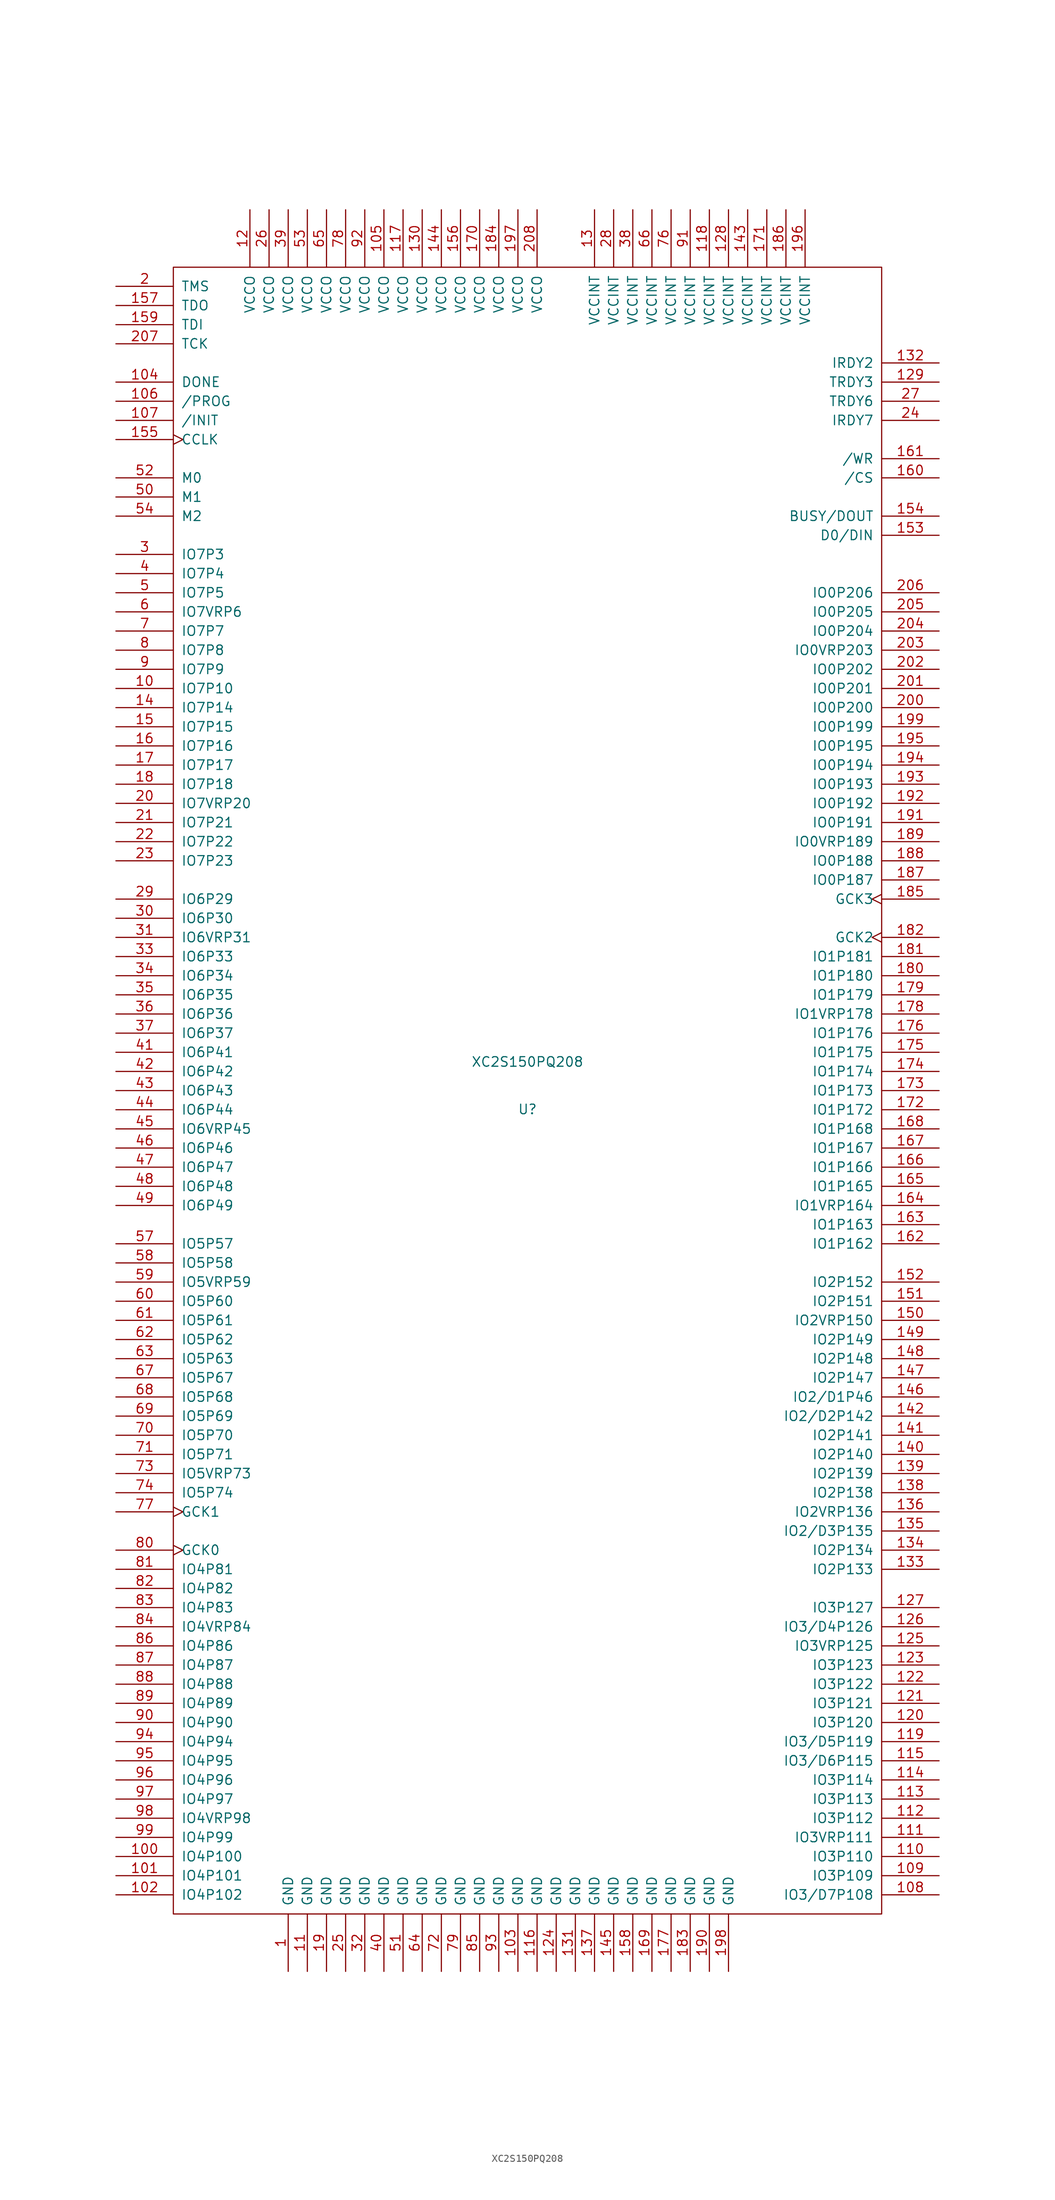
<source format=kicad_sym>
(kicad_symbol_lib
  (version 20211014)
  (generator kicad_symbol_editor)
  (symbol "XC2S150PQ208"
    (pin_names
      (offset 1.016))
    (property "Reference" "U"
      (at 0 -2.489 0)
      (effects (font (size 1.27 1.27))))
    (property "Value" "XC2S150PQ208"
      (at 0 3.81 0)
      (effects (font (size 1.27 1.27))))
    (symbol "XC2S150PQ208_0_1"
      (rectangle (start -46.99 109.22) (end 46.99 -109.22) (stroke (width 0) (type default) (color 0 0 0 0)) (fill (type none))))
    (symbol "XC2S150PQ208_1_1"
      (pin power_in line (at -31.75 -116.84 90) (length 7.62) (name "GND" (effects (font (size 1.27 1.27)))) (number "1" (effects (font (size 1.27 1.27)))))
      (pin bidirectional line (at -54.61 53.34 0) (length 7.62) (name "IO7P10" (effects (font (size 1.27 1.27)))) (number "10" (effects (font (size 1.27 1.27)))))
      (pin bidirectional line (at -54.61 -101.6 0) (length 7.62) (name "IO4P100" (effects (font (size 1.27 1.27)))) (number "100" (effects (font (size 1.27 1.27)))))
      (pin bidirectional line (at -54.61 -104.14 0) (length 7.62) (name "IO4P101" (effects (font (size 1.27 1.27)))) (number "101" (effects (font (size 1.27 1.27)))))
      (pin bidirectional line (at -54.61 -106.68 0) (length 7.62) (name "IO4P102" (effects (font (size 1.27 1.27)))) (number "102" (effects (font (size 1.27 1.27)))))
      (pin power_in line (at -1.27 -116.84 90) (length 7.62) (name "GND" (effects (font (size 1.27 1.27)))) (number "103" (effects (font (size 1.27 1.27)))))
      (pin bidirectional line (at -54.61 93.98 0) (length 7.62) (name "DONE" (effects (font (size 1.27 1.27)))) (number "104" (effects (font (size 1.27 1.27)))))
      (pin power_in line (at -19.05 116.84 270) (length 7.62) (name "VCCO" (effects (font (size 1.27 1.27)))) (number "105" (effects (font (size 1.27 1.27)))))
      (pin input line (at -54.61 91.44 0) (length 7.62) (name "/PROG" (effects (font (size 1.27 1.27)))) (number "106" (effects (font (size 1.27 1.27)))))
      (pin bidirectional line (at -54.61 88.9 0) (length 7.62) (name "/INIT" (effects (font (size 1.27 1.27)))) (number "107" (effects (font (size 1.27 1.27)))))
      (pin bidirectional line (at 54.61 -106.68 180) (length 7.62) (name "IO3/D7P108" (effects (font (size 1.27 1.27)))) (number "108" (effects (font (size 1.27 1.27)))))
      (pin bidirectional line (at 54.61 -104.14 180) (length 7.62) (name "IO3P109" (effects (font (size 1.27 1.27)))) (number "109" (effects (font (size 1.27 1.27)))))
      (pin power_in line (at -29.21 -116.84 90) (length 7.62) (name "GND" (effects (font (size 1.27 1.27)))) (number "11" (effects (font (size 1.27 1.27)))))
      (pin bidirectional line (at 54.61 -101.6 180) (length 7.62) (name "IO3P110" (effects (font (size 1.27 1.27)))) (number "110" (effects (font (size 1.27 1.27)))))
      (pin bidirectional line (at 54.61 -99.06 180) (length 7.62) (name "IO3VRP111" (effects (font (size 1.27 1.27)))) (number "111" (effects (font (size 1.27 1.27)))))
      (pin bidirectional line (at 54.61 -96.52 180) (length 7.62) (name "IO3P112" (effects (font (size 1.27 1.27)))) (number "112" (effects (font (size 1.27 1.27)))))
      (pin bidirectional line (at 54.61 -93.98 180) (length 7.62) (name "IO3P113" (effects (font (size 1.27 1.27)))) (number "113" (effects (font (size 1.27 1.27)))))
      (pin bidirectional line (at 54.61 -91.44 180) (length 7.62) (name "IO3P114" (effects (font (size 1.27 1.27)))) (number "114" (effects (font (size 1.27 1.27)))))
      (pin bidirectional line (at 54.61 -88.9 180) (length 7.62) (name "IO3/D6P115" (effects (font (size 1.27 1.27)))) (number "115" (effects (font (size 1.27 1.27)))))
      (pin power_in line (at 1.27 -116.84 90) (length 7.62) (name "GND" (effects (font (size 1.27 1.27)))) (number "116" (effects (font (size 1.27 1.27)))))
      (pin power_in line (at -16.51 116.84 270) (length 7.62) (name "VCCO" (effects (font (size 1.27 1.27)))) (number "117" (effects (font (size 1.27 1.27)))))
      (pin power_in line (at 24.13 116.84 270) (length 7.62) (name "VCCINT" (effects (font (size 1.27 1.27)))) (number "118" (effects (font (size 1.27 1.27)))))
      (pin bidirectional line (at 54.61 -86.36 180) (length 7.62) (name "IO3/D5P119" (effects (font (size 1.27 1.27)))) (number "119" (effects (font (size 1.27 1.27)))))
      (pin power_in line (at -36.83 116.84 270) (length 7.62) (name "VCCO" (effects (font (size 1.27 1.27)))) (number "12" (effects (font (size 1.27 1.27)))))
      (pin bidirectional line (at 54.61 -83.82 180) (length 7.62) (name "IO3P120" (effects (font (size 1.27 1.27)))) (number "120" (effects (font (size 1.27 1.27)))))
      (pin bidirectional line (at 54.61 -81.28 180) (length 7.62) (name "IO3P121" (effects (font (size 1.27 1.27)))) (number "121" (effects (font (size 1.27 1.27)))))
      (pin bidirectional line (at 54.61 -78.74 180) (length 7.62) (name "IO3P122" (effects (font (size 1.27 1.27)))) (number "122" (effects (font (size 1.27 1.27)))))
      (pin bidirectional line (at 54.61 -76.2 180) (length 7.62) (name "IO3P123" (effects (font (size 1.27 1.27)))) (number "123" (effects (font (size 1.27 1.27)))))
      (pin power_in line (at 3.81 -116.84 90) (length 7.62) (name "GND" (effects (font (size 1.27 1.27)))) (number "124" (effects (font (size 1.27 1.27)))))
      (pin bidirectional line (at 54.61 -73.66 180) (length 7.62) (name "IO3VRP125" (effects (font (size 1.27 1.27)))) (number "125" (effects (font (size 1.27 1.27)))))
      (pin bidirectional line (at 54.61 -71.12 180) (length 7.62) (name "IO3/D4P126" (effects (font (size 1.27 1.27)))) (number "126" (effects (font (size 1.27 1.27)))))
      (pin bidirectional line (at 54.61 -68.58 180) (length 7.62) (name "IO3P127" (effects (font (size 1.27 1.27)))) (number "127" (effects (font (size 1.27 1.27)))))
      (pin power_in line (at 26.67 116.84 270) (length 7.62) (name "VCCINT" (effects (font (size 1.27 1.27)))) (number "128" (effects (font (size 1.27 1.27)))))
      (pin bidirectional line (at 54.61 93.98 180) (length 7.62) (name "TRDY3" (effects (font (size 1.27 1.27)))) (number "129" (effects (font (size 1.27 1.27)))))
      (pin power_in line (at 8.89 116.84 270) (length 7.62) (name "VCCINT" (effects (font (size 1.27 1.27)))) (number "13" (effects (font (size 1.27 1.27)))))
      (pin power_in line (at -13.97 116.84 270) (length 7.62) (name "VCCO" (effects (font (size 1.27 1.27)))) (number "130" (effects (font (size 1.27 1.27)))))
      (pin power_in line (at 6.35 -116.84 90) (length 7.62) (name "GND" (effects (font (size 1.27 1.27)))) (number "131" (effects (font (size 1.27 1.27)))))
      (pin bidirectional line (at 54.61 96.52 180) (length 7.62) (name "IRDY2" (effects (font (size 1.27 1.27)))) (number "132" (effects (font (size 1.27 1.27)))))
      (pin bidirectional line (at 54.61 -63.5 180) (length 7.62) (name "IO2P133" (effects (font (size 1.27 1.27)))) (number "133" (effects (font (size 1.27 1.27)))))
      (pin bidirectional line (at 54.61 -60.96 180) (length 7.62) (name "IO2P134" (effects (font (size 1.27 1.27)))) (number "134" (effects (font (size 1.27 1.27)))))
      (pin bidirectional line (at 54.61 -58.42 180) (length 7.62) (name "IO2/D3P135" (effects (font (size 1.27 1.27)))) (number "135" (effects (font (size 1.27 1.27)))))
      (pin bidirectional line (at 54.61 -55.88 180) (length 7.62) (name "IO2VRP136" (effects (font (size 1.27 1.27)))) (number "136" (effects (font (size 1.27 1.27)))))
      (pin power_in line (at 8.89 -116.84 90) (length 7.62) (name "GND" (effects (font (size 1.27 1.27)))) (number "137" (effects (font (size 1.27 1.27)))))
      (pin bidirectional line (at 54.61 -53.34 180) (length 7.62) (name "IO2P138" (effects (font (size 1.27 1.27)))) (number "138" (effects (font (size 1.27 1.27)))))
      (pin bidirectional line (at 54.61 -50.8 180) (length 7.62) (name "IO2P139" (effects (font (size 1.27 1.27)))) (number "139" (effects (font (size 1.27 1.27)))))
      (pin bidirectional line (at -54.61 50.8 0) (length 7.62) (name "IO7P14" (effects (font (size 1.27 1.27)))) (number "14" (effects (font (size 1.27 1.27)))))
      (pin bidirectional line (at 54.61 -48.26 180) (length 7.62) (name "IO2P140" (effects (font (size 1.27 1.27)))) (number "140" (effects (font (size 1.27 1.27)))))
      (pin bidirectional line (at 54.61 -45.72 180) (length 7.62) (name "IO2P141" (effects (font (size 1.27 1.27)))) (number "141" (effects (font (size 1.27 1.27)))))
      (pin bidirectional line (at 54.61 -43.18 180) (length 7.62) (name "IO2/D2P142" (effects (font (size 1.27 1.27)))) (number "142" (effects (font (size 1.27 1.27)))))
      (pin power_in line (at 29.21 116.84 270) (length 7.62) (name "VCCINT" (effects (font (size 1.27 1.27)))) (number "143" (effects (font (size 1.27 1.27)))))
      (pin power_in line (at -11.43 116.84 270) (length 7.62) (name "VCCO" (effects (font (size 1.27 1.27)))) (number "144" (effects (font (size 1.27 1.27)))))
      (pin power_in line (at 11.43 -116.84 90) (length 7.62) (name "GND" (effects (font (size 1.27 1.27)))) (number "145" (effects (font (size 1.27 1.27)))))
      (pin bidirectional line (at 54.61 -40.64 180) (length 7.62) (name "IO2/D1P46" (effects (font (size 1.27 1.27)))) (number "146" (effects (font (size 1.27 1.27)))))
      (pin bidirectional line (at 54.61 -38.1 180) (length 7.62) (name "IO2P147" (effects (font (size 1.27 1.27)))) (number "147" (effects (font (size 1.27 1.27)))))
      (pin bidirectional line (at 54.61 -35.56 180) (length 7.62) (name "IO2P148" (effects (font (size 1.27 1.27)))) (number "148" (effects (font (size 1.27 1.27)))))
      (pin bidirectional line (at 54.61 -33.02 180) (length 7.62) (name "IO2P149" (effects (font (size 1.27 1.27)))) (number "149" (effects (font (size 1.27 1.27)))))
      (pin bidirectional line (at -54.61 48.26 0) (length 7.62) (name "IO7P15" (effects (font (size 1.27 1.27)))) (number "15" (effects (font (size 1.27 1.27)))))
      (pin bidirectional line (at 54.61 -30.48 180) (length 7.62) (name "IO2VRP150" (effects (font (size 1.27 1.27)))) (number "150" (effects (font (size 1.27 1.27)))))
      (pin bidirectional line (at 54.61 -27.94 180) (length 7.62) (name "IO2P151" (effects (font (size 1.27 1.27)))) (number "151" (effects (font (size 1.27 1.27)))))
      (pin bidirectional line (at 54.61 -25.4 180) (length 7.62) (name "IO2P152" (effects (font (size 1.27 1.27)))) (number "152" (effects (font (size 1.27 1.27)))))
      (pin bidirectional line (at 54.61 73.66 180) (length 7.62) (name "D0/DIN" (effects (font (size 1.27 1.27)))) (number "153" (effects (font (size 1.27 1.27)))))
      (pin bidirectional line (at 54.61 76.2 180) (length 7.62) (name "BUSY/DOUT" (effects (font (size 1.27 1.27)))) (number "154" (effects (font (size 1.27 1.27)))))
      (pin bidirectional clock (at -54.61 86.36 0) (length 7.62) (name "CCLK" (effects (font (size 1.27 1.27)))) (number "155" (effects (font (size 1.27 1.27)))))
      (pin power_in line (at -8.89 116.84 270) (length 7.62) (name "VCCO" (effects (font (size 1.27 1.27)))) (number "156" (effects (font (size 1.27 1.27)))))
      (pin bidirectional line (at -54.61 104.14 0) (length 7.62) (name "TDO" (effects (font (size 1.27 1.27)))) (number "157" (effects (font (size 1.27 1.27)))))
      (pin power_in line (at 13.97 -116.84 90) (length 7.62) (name "GND" (effects (font (size 1.27 1.27)))) (number "158" (effects (font (size 1.27 1.27)))))
      (pin bidirectional line (at -54.61 101.6 0) (length 7.62) (name "TDI" (effects (font (size 1.27 1.27)))) (number "159" (effects (font (size 1.27 1.27)))))
      (pin bidirectional line (at -54.61 45.72 0) (length 7.62) (name "IO7P16" (effects (font (size 1.27 1.27)))) (number "16" (effects (font (size 1.27 1.27)))))
      (pin bidirectional line (at 54.61 81.28 180) (length 7.62) (name "/CS" (effects (font (size 1.27 1.27)))) (number "160" (effects (font (size 1.27 1.27)))))
      (pin bidirectional line (at 54.61 83.82 180) (length 7.62) (name "/WR" (effects (font (size 1.27 1.27)))) (number "161" (effects (font (size 1.27 1.27)))))
      (pin bidirectional line (at 54.61 -20.32 180) (length 7.62) (name "IO1P162" (effects (font (size 1.27 1.27)))) (number "162" (effects (font (size 1.27 1.27)))))
      (pin bidirectional line (at 54.61 -17.78 180) (length 7.62) (name "IO1P163" (effects (font (size 1.27 1.27)))) (number "163" (effects (font (size 1.27 1.27)))))
      (pin bidirectional line (at 54.61 -15.24 180) (length 7.62) (name "IO1VRP164" (effects (font (size 1.27 1.27)))) (number "164" (effects (font (size 1.27 1.27)))))
      (pin bidirectional line (at 54.61 -12.7 180) (length 7.62) (name "IO1P165" (effects (font (size 1.27 1.27)))) (number "165" (effects (font (size 1.27 1.27)))))
      (pin bidirectional line (at 54.61 -10.16 180) (length 7.62) (name "IO1P166" (effects (font (size 1.27 1.27)))) (number "166" (effects (font (size 1.27 1.27)))))
      (pin bidirectional line (at 54.61 -7.62 180) (length 7.62) (name "IO1P167" (effects (font (size 1.27 1.27)))) (number "167" (effects (font (size 1.27 1.27)))))
      (pin bidirectional line (at 54.61 -5.08 180) (length 7.62) (name "IO1P168" (effects (font (size 1.27 1.27)))) (number "168" (effects (font (size 1.27 1.27)))))
      (pin power_in line (at 16.51 -116.84 90) (length 7.62) (name "GND" (effects (font (size 1.27 1.27)))) (number "169" (effects (font (size 1.27 1.27)))))
      (pin bidirectional line (at -54.61 43.18 0) (length 7.62) (name "IO7P17" (effects (font (size 1.27 1.27)))) (number "17" (effects (font (size 1.27 1.27)))))
      (pin power_in line (at -6.35 116.84 270) (length 7.62) (name "VCCO" (effects (font (size 1.27 1.27)))) (number "170" (effects (font (size 1.27 1.27)))))
      (pin power_in line (at 31.75 116.84 270) (length 7.62) (name "VCCINT" (effects (font (size 1.27 1.27)))) (number "171" (effects (font (size 1.27 1.27)))))
      (pin bidirectional line (at 54.61 -2.54 180) (length 7.62) (name "IO1P172" (effects (font (size 1.27 1.27)))) (number "172" (effects (font (size 1.27 1.27)))))
      (pin bidirectional line (at 54.61 0 180) (length 7.62) (name "IO1P173" (effects (font (size 1.27 1.27)))) (number "173" (effects (font (size 1.27 1.27)))))
      (pin bidirectional line (at 54.61 2.54 180) (length 7.62) (name "IO1P174" (effects (font (size 1.27 1.27)))) (number "174" (effects (font (size 1.27 1.27)))))
      (pin bidirectional line (at 54.61 5.08 180) (length 7.62) (name "IO1P175" (effects (font (size 1.27 1.27)))) (number "175" (effects (font (size 1.27 1.27)))))
      (pin bidirectional line (at 54.61 7.62 180) (length 7.62) (name "IO1P176" (effects (font (size 1.27 1.27)))) (number "176" (effects (font (size 1.27 1.27)))))
      (pin power_in line (at 19.05 -116.84 90) (length 7.62) (name "GND" (effects (font (size 1.27 1.27)))) (number "177" (effects (font (size 1.27 1.27)))))
      (pin bidirectional line (at 54.61 10.16 180) (length 7.62) (name "IO1VRP178" (effects (font (size 1.27 1.27)))) (number "178" (effects (font (size 1.27 1.27)))))
      (pin bidirectional line (at 54.61 12.7 180) (length 7.62) (name "IO1P179" (effects (font (size 1.27 1.27)))) (number "179" (effects (font (size 1.27 1.27)))))
      (pin bidirectional line (at -54.61 40.64 0) (length 7.62) (name "IO7P18" (effects (font (size 1.27 1.27)))) (number "18" (effects (font (size 1.27 1.27)))))
      (pin bidirectional line (at 54.61 15.24 180) (length 7.62) (name "IO1P180" (effects (font (size 1.27 1.27)))) (number "180" (effects (font (size 1.27 1.27)))))
      (pin bidirectional line (at 54.61 17.78 180) (length 7.62) (name "IO1P181" (effects (font (size 1.27 1.27)))) (number "181" (effects (font (size 1.27 1.27)))))
      (pin input clock (at 54.61 20.32 180) (length 7.62) (name "GCK2" (effects (font (size 1.27 1.27)))) (number "182" (effects (font (size 1.27 1.27)))))
      (pin power_in line (at 21.59 -116.84 90) (length 7.62) (name "GND" (effects (font (size 1.27 1.27)))) (number "183" (effects (font (size 1.27 1.27)))))
      (pin power_in line (at -3.81 116.84 270) (length 7.62) (name "VCCO" (effects (font (size 1.27 1.27)))) (number "184" (effects (font (size 1.27 1.27)))))
      (pin input clock (at 54.61 25.4 180) (length 7.62) (name "GCK3" (effects (font (size 1.27 1.27)))) (number "185" (effects (font (size 1.27 1.27)))))
      (pin power_in line (at 34.29 116.84 270) (length 7.62) (name "VCCINT" (effects (font (size 1.27 1.27)))) (number "186" (effects (font (size 1.27 1.27)))))
      (pin bidirectional line (at 54.61 27.94 180) (length 7.62) (name "IO0P187" (effects (font (size 1.27 1.27)))) (number "187" (effects (font (size 1.27 1.27)))))
      (pin bidirectional line (at 54.61 30.48 180) (length 7.62) (name "IO0P188" (effects (font (size 1.27 1.27)))) (number "188" (effects (font (size 1.27 1.27)))))
      (pin bidirectional line (at 54.61 33.02 180) (length 7.62) (name "IO0VRP189" (effects (font (size 1.27 1.27)))) (number "189" (effects (font (size 1.27 1.27)))))
      (pin power_in line (at -26.67 -116.84 90) (length 7.62) (name "GND" (effects (font (size 1.27 1.27)))) (number "19" (effects (font (size 1.27 1.27)))))
      (pin power_in line (at 24.13 -116.84 90) (length 7.62) (name "GND" (effects (font (size 1.27 1.27)))) (number "190" (effects (font (size 1.27 1.27)))))
      (pin bidirectional line (at 54.61 35.56 180) (length 7.62) (name "IO0P191" (effects (font (size 1.27 1.27)))) (number "191" (effects (font (size 1.27 1.27)))))
      (pin bidirectional line (at 54.61 38.1 180) (length 7.62) (name "IO0P192" (effects (font (size 1.27 1.27)))) (number "192" (effects (font (size 1.27 1.27)))))
      (pin bidirectional line (at 54.61 40.64 180) (length 7.62) (name "IO0P193" (effects (font (size 1.27 1.27)))) (number "193" (effects (font (size 1.27 1.27)))))
      (pin bidirectional line (at 54.61 43.18 180) (length 7.62) (name "IO0P194" (effects (font (size 1.27 1.27)))) (number "194" (effects (font (size 1.27 1.27)))))
      (pin bidirectional line (at 54.61 45.72 180) (length 7.62) (name "IO0P195" (effects (font (size 1.27 1.27)))) (number "195" (effects (font (size 1.27 1.27)))))
      (pin power_in line (at 36.83 116.84 270) (length 7.62) (name "VCCINT" (effects (font (size 1.27 1.27)))) (number "196" (effects (font (size 1.27 1.27)))))
      (pin power_in line (at -1.27 116.84 270) (length 7.62) (name "VCCO" (effects (font (size 1.27 1.27)))) (number "197" (effects (font (size 1.27 1.27)))))
      (pin power_in line (at 26.67 -116.84 90) (length 7.62) (name "GND" (effects (font (size 1.27 1.27)))) (number "198" (effects (font (size 1.27 1.27)))))
      (pin bidirectional line (at 54.61 48.26 180) (length 7.62) (name "IO0P199" (effects (font (size 1.27 1.27)))) (number "199" (effects (font (size 1.27 1.27)))))
      (pin bidirectional line (at -54.61 106.68 0) (length 7.62) (name "TMS" (effects (font (size 1.27 1.27)))) (number "2" (effects (font (size 1.27 1.27)))))
      (pin bidirectional line (at -54.61 38.1 0) (length 7.62) (name "IO7VRP20" (effects (font (size 1.27 1.27)))) (number "20" (effects (font (size 1.27 1.27)))))
      (pin bidirectional line (at 54.61 50.8 180) (length 7.62) (name "IO0P200" (effects (font (size 1.27 1.27)))) (number "200" (effects (font (size 1.27 1.27)))))
      (pin bidirectional line (at 54.61 53.34 180) (length 7.62) (name "IO0P201" (effects (font (size 1.27 1.27)))) (number "201" (effects (font (size 1.27 1.27)))))
      (pin bidirectional line (at 54.61 55.88 180) (length 7.62) (name "IO0P202" (effects (font (size 1.27 1.27)))) (number "202" (effects (font (size 1.27 1.27)))))
      (pin bidirectional line (at 54.61 58.42 180) (length 7.62) (name "IO0VRP203" (effects (font (size 1.27 1.27)))) (number "203" (effects (font (size 1.27 1.27)))))
      (pin bidirectional line (at 54.61 60.96 180) (length 7.62) (name "IO0P204" (effects (font (size 1.27 1.27)))) (number "204" (effects (font (size 1.27 1.27)))))
      (pin bidirectional line (at 54.61 63.5 180) (length 7.62) (name "IO0P205" (effects (font (size 1.27 1.27)))) (number "205" (effects (font (size 1.27 1.27)))))
      (pin bidirectional line (at 54.61 66.04 180) (length 7.62) (name "IO0P206" (effects (font (size 1.27 1.27)))) (number "206" (effects (font (size 1.27 1.27)))))
      (pin bidirectional line (at -54.61 99.06 0) (length 7.62) (name "TCK" (effects (font (size 1.27 1.27)))) (number "207" (effects (font (size 1.27 1.27)))))
      (pin power_in line (at 1.27 116.84 270) (length 7.62) (name "VCCO" (effects (font (size 1.27 1.27)))) (number "208" (effects (font (size 1.27 1.27)))))
      (pin bidirectional line (at -54.61 35.56 0) (length 7.62) (name "IO7P21" (effects (font (size 1.27 1.27)))) (number "21" (effects (font (size 1.27 1.27)))))
      (pin bidirectional line (at -54.61 33.02 0) (length 7.62) (name "IO7P22" (effects (font (size 1.27 1.27)))) (number "22" (effects (font (size 1.27 1.27)))))
      (pin bidirectional line (at -54.61 30.48 0) (length 7.62) (name "IO7P23" (effects (font (size 1.27 1.27)))) (number "23" (effects (font (size 1.27 1.27)))))
      (pin bidirectional line (at 54.61 88.9 180) (length 7.62) (name "IRDY7" (effects (font (size 1.27 1.27)))) (number "24" (effects (font (size 1.27 1.27)))))
      (pin power_in line (at -24.13 -116.84 90) (length 7.62) (name "GND" (effects (font (size 1.27 1.27)))) (number "25" (effects (font (size 1.27 1.27)))))
      (pin power_in line (at -34.29 116.84 270) (length 7.62) (name "VCCO" (effects (font (size 1.27 1.27)))) (number "26" (effects (font (size 1.27 1.27)))))
      (pin bidirectional line (at 54.61 91.44 180) (length 7.62) (name "TRDY6" (effects (font (size 1.27 1.27)))) (number "27" (effects (font (size 1.27 1.27)))))
      (pin power_in line (at 11.43 116.84 270) (length 7.62) (name "VCCINT" (effects (font (size 1.27 1.27)))) (number "28" (effects (font (size 1.27 1.27)))))
      (pin bidirectional line (at -54.61 25.4 0) (length 7.62) (name "IO6P29" (effects (font (size 1.27 1.27)))) (number "29" (effects (font (size 1.27 1.27)))))
      (pin bidirectional line (at -54.61 71.12 0) (length 7.62) (name "IO7P3" (effects (font (size 1.27 1.27)))) (number "3" (effects (font (size 1.27 1.27)))))
      (pin bidirectional line (at -54.61 22.86 0) (length 7.62) (name "IO6P30" (effects (font (size 1.27 1.27)))) (number "30" (effects (font (size 1.27 1.27)))))
      (pin bidirectional line (at -54.61 20.32 0) (length 7.62) (name "IO6VRP31" (effects (font (size 1.27 1.27)))) (number "31" (effects (font (size 1.27 1.27)))))
      (pin power_in line (at -21.59 -116.84 90) (length 7.62) (name "GND" (effects (font (size 1.27 1.27)))) (number "32" (effects (font (size 1.27 1.27)))))
      (pin bidirectional line (at -54.61 17.78 0) (length 7.62) (name "IO6P33" (effects (font (size 1.27 1.27)))) (number "33" (effects (font (size 1.27 1.27)))))
      (pin bidirectional line (at -54.61 15.24 0) (length 7.62) (name "IO6P34" (effects (font (size 1.27 1.27)))) (number "34" (effects (font (size 1.27 1.27)))))
      (pin bidirectional line (at -54.61 12.7 0) (length 7.62) (name "IO6P35" (effects (font (size 1.27 1.27)))) (number "35" (effects (font (size 1.27 1.27)))))
      (pin bidirectional line (at -54.61 10.16 0) (length 7.62) (name "IO6P36" (effects (font (size 1.27 1.27)))) (number "36" (effects (font (size 1.27 1.27)))))
      (pin bidirectional line (at -54.61 7.62 0) (length 7.62) (name "IO6P37" (effects (font (size 1.27 1.27)))) (number "37" (effects (font (size 1.27 1.27)))))
      (pin power_in line (at 13.97 116.84 270) (length 7.62) (name "VCCINT" (effects (font (size 1.27 1.27)))) (number "38" (effects (font (size 1.27 1.27)))))
      (pin power_in line (at -31.75 116.84 270) (length 7.62) (name "VCCO" (effects (font (size 1.27 1.27)))) (number "39" (effects (font (size 1.27 1.27)))))
      (pin bidirectional line (at -54.61 68.58 0) (length 7.62) (name "IO7P4" (effects (font (size 1.27 1.27)))) (number "4" (effects (font (size 1.27 1.27)))))
      (pin power_in line (at -19.05 -116.84 90) (length 7.62) (name "GND" (effects (font (size 1.27 1.27)))) (number "40" (effects (font (size 1.27 1.27)))))
      (pin bidirectional line (at -54.61 5.08 0) (length 7.62) (name "IO6P41" (effects (font (size 1.27 1.27)))) (number "41" (effects (font (size 1.27 1.27)))))
      (pin bidirectional line (at -54.61 2.54 0) (length 7.62) (name "IO6P42" (effects (font (size 1.27 1.27)))) (number "42" (effects (font (size 1.27 1.27)))))
      (pin bidirectional line (at -54.61 0 0) (length 7.62) (name "IO6P43" (effects (font (size 1.27 1.27)))) (number "43" (effects (font (size 1.27 1.27)))))
      (pin bidirectional line (at -54.61 -2.54 0) (length 7.62) (name "IO6P44" (effects (font (size 1.27 1.27)))) (number "44" (effects (font (size 1.27 1.27)))))
      (pin bidirectional line (at -54.61 -5.08 0) (length 7.62) (name "IO6VRP45" (effects (font (size 1.27 1.27)))) (number "45" (effects (font (size 1.27 1.27)))))
      (pin bidirectional line (at -54.61 -7.62 0) (length 7.62) (name "IO6P46" (effects (font (size 1.27 1.27)))) (number "46" (effects (font (size 1.27 1.27)))))
      (pin bidirectional line (at -54.61 -10.16 0) (length 7.62) (name "IO6P47" (effects (font (size 1.27 1.27)))) (number "47" (effects (font (size 1.27 1.27)))))
      (pin bidirectional line (at -54.61 -12.7 0) (length 7.62) (name "IO6P48" (effects (font (size 1.27 1.27)))) (number "48" (effects (font (size 1.27 1.27)))))
      (pin bidirectional line (at -54.61 -15.24 0) (length 7.62) (name "IO6P49" (effects (font (size 1.27 1.27)))) (number "49" (effects (font (size 1.27 1.27)))))
      (pin bidirectional line (at -54.61 66.04 0) (length 7.62) (name "IO7P5" (effects (font (size 1.27 1.27)))) (number "5" (effects (font (size 1.27 1.27)))))
      (pin input line (at -54.61 78.74 0) (length 7.62) (name "M1" (effects (font (size 1.27 1.27)))) (number "50" (effects (font (size 1.27 1.27)))))
      (pin power_in line (at -16.51 -116.84 90) (length 7.62) (name "GND" (effects (font (size 1.27 1.27)))) (number "51" (effects (font (size 1.27 1.27)))))
      (pin input line (at -54.61 81.28 0) (length 7.62) (name "M0" (effects (font (size 1.27 1.27)))) (number "52" (effects (font (size 1.27 1.27)))))
      (pin power_in line (at -29.21 116.84 270) (length 7.62) (name "VCCO" (effects (font (size 1.27 1.27)))) (number "53" (effects (font (size 1.27 1.27)))))
      (pin input line (at -54.61 76.2 0) (length 7.62) (name "M2" (effects (font (size 1.27 1.27)))) (number "54" (effects (font (size 1.27 1.27)))))
      (pin bidirectional line (at -54.61 -20.32 0) (length 7.62) (name "IO5P57" (effects (font (size 1.27 1.27)))) (number "57" (effects (font (size 1.27 1.27)))))
      (pin bidirectional line (at -54.61 -22.86 0) (length 7.62) (name "IO5P58" (effects (font (size 1.27 1.27)))) (number "58" (effects (font (size 1.27 1.27)))))
      (pin bidirectional line (at -54.61 -25.4 0) (length 7.62) (name "IO5VRP59" (effects (font (size 1.27 1.27)))) (number "59" (effects (font (size 1.27 1.27)))))
      (pin bidirectional line (at -54.61 63.5 0) (length 7.62) (name "IO7VRP6" (effects (font (size 1.27 1.27)))) (number "6" (effects (font (size 1.27 1.27)))))
      (pin bidirectional line (at -54.61 -27.94 0) (length 7.62) (name "IO5P60" (effects (font (size 1.27 1.27)))) (number "60" (effects (font (size 1.27 1.27)))))
      (pin bidirectional line (at -54.61 -30.48 0) (length 7.62) (name "IO5P61" (effects (font (size 1.27 1.27)))) (number "61" (effects (font (size 1.27 1.27)))))
      (pin bidirectional line (at -54.61 -33.02 0) (length 7.62) (name "IO5P62" (effects (font (size 1.27 1.27)))) (number "62" (effects (font (size 1.27 1.27)))))
      (pin bidirectional line (at -54.61 -35.56 0) (length 7.62) (name "IO5P63" (effects (font (size 1.27 1.27)))) (number "63" (effects (font (size 1.27 1.27)))))
      (pin power_in line (at -13.97 -116.84 90) (length 7.62) (name "GND" (effects (font (size 1.27 1.27)))) (number "64" (effects (font (size 1.27 1.27)))))
      (pin power_in line (at -26.67 116.84 270) (length 7.62) (name "VCCO" (effects (font (size 1.27 1.27)))) (number "65" (effects (font (size 1.27 1.27)))))
      (pin power_in line (at 16.51 116.84 270) (length 7.62) (name "VCCINT" (effects (font (size 1.27 1.27)))) (number "66" (effects (font (size 1.27 1.27)))))
      (pin bidirectional line (at -54.61 -38.1 0) (length 7.62) (name "IO5P67" (effects (font (size 1.27 1.27)))) (number "67" (effects (font (size 1.27 1.27)))))
      (pin bidirectional line (at -54.61 -40.64 0) (length 7.62) (name "IO5P68" (effects (font (size 1.27 1.27)))) (number "68" (effects (font (size 1.27 1.27)))))
      (pin bidirectional line (at -54.61 -43.18 0) (length 7.62) (name "IO5P69" (effects (font (size 1.27 1.27)))) (number "69" (effects (font (size 1.27 1.27)))))
      (pin bidirectional line (at -54.61 60.96 0) (length 7.62) (name "IO7P7" (effects (font (size 1.27 1.27)))) (number "7" (effects (font (size 1.27 1.27)))))
      (pin bidirectional line (at -54.61 -45.72 0) (length 7.62) (name "IO5P70" (effects (font (size 1.27 1.27)))) (number "70" (effects (font (size 1.27 1.27)))))
      (pin bidirectional line (at -54.61 -48.26 0) (length 7.62) (name "IO5P71" (effects (font (size 1.27 1.27)))) (number "71" (effects (font (size 1.27 1.27)))))
      (pin power_in line (at -11.43 -116.84 90) (length 7.62) (name "GND" (effects (font (size 1.27 1.27)))) (number "72" (effects (font (size 1.27 1.27)))))
      (pin bidirectional line (at -54.61 -50.8 0) (length 7.62) (name "IO5VRP73" (effects (font (size 1.27 1.27)))) (number "73" (effects (font (size 1.27 1.27)))))
      (pin bidirectional line (at -54.61 -53.34 0) (length 7.62) (name "IO5P74" (effects (font (size 1.27 1.27)))) (number "74" (effects (font (size 1.27 1.27)))))
      (pin power_in line (at 19.05 116.84 270) (length 7.62) (name "VCCINT" (effects (font (size 1.27 1.27)))) (number "76" (effects (font (size 1.27 1.27)))))
      (pin input clock (at -54.61 -55.88 0) (length 7.62) (name "GCK1" (effects (font (size 1.27 1.27)))) (number "77" (effects (font (size 1.27 1.27)))))
      (pin power_in line (at -24.13 116.84 270) (length 7.62) (name "VCCO" (effects (font (size 1.27 1.27)))) (number "78" (effects (font (size 1.27 1.27)))))
      (pin power_in line (at -8.89 -116.84 90) (length 7.62) (name "GND" (effects (font (size 1.27 1.27)))) (number "79" (effects (font (size 1.27 1.27)))))
      (pin bidirectional line (at -54.61 58.42 0) (length 7.62) (name "IO7P8" (effects (font (size 1.27 1.27)))) (number "8" (effects (font (size 1.27 1.27)))))
      (pin input clock (at -54.61 -60.96 0) (length 7.62) (name "GCK0" (effects (font (size 1.27 1.27)))) (number "80" (effects (font (size 1.27 1.27)))))
      (pin bidirectional line (at -54.61 -63.5 0) (length 7.62) (name "IO4P81" (effects (font (size 1.27 1.27)))) (number "81" (effects (font (size 1.27 1.27)))))
      (pin bidirectional line (at -54.61 -66.04 0) (length 7.62) (name "IO4P82" (effects (font (size 1.27 1.27)))) (number "82" (effects (font (size 1.27 1.27)))))
      (pin bidirectional line (at -54.61 -68.58 0) (length 7.62) (name "IO4P83" (effects (font (size 1.27 1.27)))) (number "83" (effects (font (size 1.27 1.27)))))
      (pin bidirectional line (at -54.61 -71.12 0) (length 7.62) (name "IO4VRP84" (effects (font (size 1.27 1.27)))) (number "84" (effects (font (size 1.27 1.27)))))
      (pin power_in line (at -6.35 -116.84 90) (length 7.62) (name "GND" (effects (font (size 1.27 1.27)))) (number "85" (effects (font (size 1.27 1.27)))))
      (pin bidirectional line (at -54.61 -73.66 0) (length 7.62) (name "IO4P86" (effects (font (size 1.27 1.27)))) (number "86" (effects (font (size 1.27 1.27)))))
      (pin bidirectional line (at -54.61 -76.2 0) (length 7.62) (name "IO4P87" (effects (font (size 1.27 1.27)))) (number "87" (effects (font (size 1.27 1.27)))))
      (pin bidirectional line (at -54.61 -78.74 0) (length 7.62) (name "IO4P88" (effects (font (size 1.27 1.27)))) (number "88" (effects (font (size 1.27 1.27)))))
      (pin bidirectional line (at -54.61 -81.28 0) (length 7.62) (name "IO4P89" (effects (font (size 1.27 1.27)))) (number "89" (effects (font (size 1.27 1.27)))))
      (pin bidirectional line (at -54.61 55.88 0) (length 7.62) (name "IO7P9" (effects (font (size 1.27 1.27)))) (number "9" (effects (font (size 1.27 1.27)))))
      (pin bidirectional line (at -54.61 -83.82 0) (length 7.62) (name "IO4P90" (effects (font (size 1.27 1.27)))) (number "90" (effects (font (size 1.27 1.27)))))
      (pin power_in line (at 21.59 116.84 270) (length 7.62) (name "VCCINT" (effects (font (size 1.27 1.27)))) (number "91" (effects (font (size 1.27 1.27)))))
      (pin power_in line (at -21.59 116.84 270) (length 7.62) (name "VCCO" (effects (font (size 1.27 1.27)))) (number "92" (effects (font (size 1.27 1.27)))))
      (pin power_in line (at -3.81 -116.84 90) (length 7.62) (name "GND" (effects (font (size 1.27 1.27)))) (number "93" (effects (font (size 1.27 1.27)))))
      (pin bidirectional line (at -54.61 -86.36 0) (length 7.62) (name "IO4P94" (effects (font (size 1.27 1.27)))) (number "94" (effects (font (size 1.27 1.27)))))
      (pin bidirectional line (at -54.61 -88.9 0) (length 7.62) (name "IO4P95" (effects (font (size 1.27 1.27)))) (number "95" (effects (font (size 1.27 1.27)))))
      (pin bidirectional line (at -54.61 -91.44 0) (length 7.62) (name "IO4P96" (effects (font (size 1.27 1.27)))) (number "96" (effects (font (size 1.27 1.27)))))
      (pin bidirectional line (at -54.61 -93.98 0) (length 7.62) (name "IO4P97" (effects (font (size 1.27 1.27)))) (number "97" (effects (font (size 1.27 1.27)))))
      (pin bidirectional line (at -54.61 -96.52 0) (length 7.62) (name "IO4VRP98" (effects (font (size 1.27 1.27)))) (number "98" (effects (font (size 1.27 1.27)))))
      (pin bidirectional line (at -54.61 -99.06 0) (length 7.62) (name "IO4P99" (effects (font (size 1.27 1.27)))) (number "99" (effects (font (size 1.27 1.27))))))))
</source>
